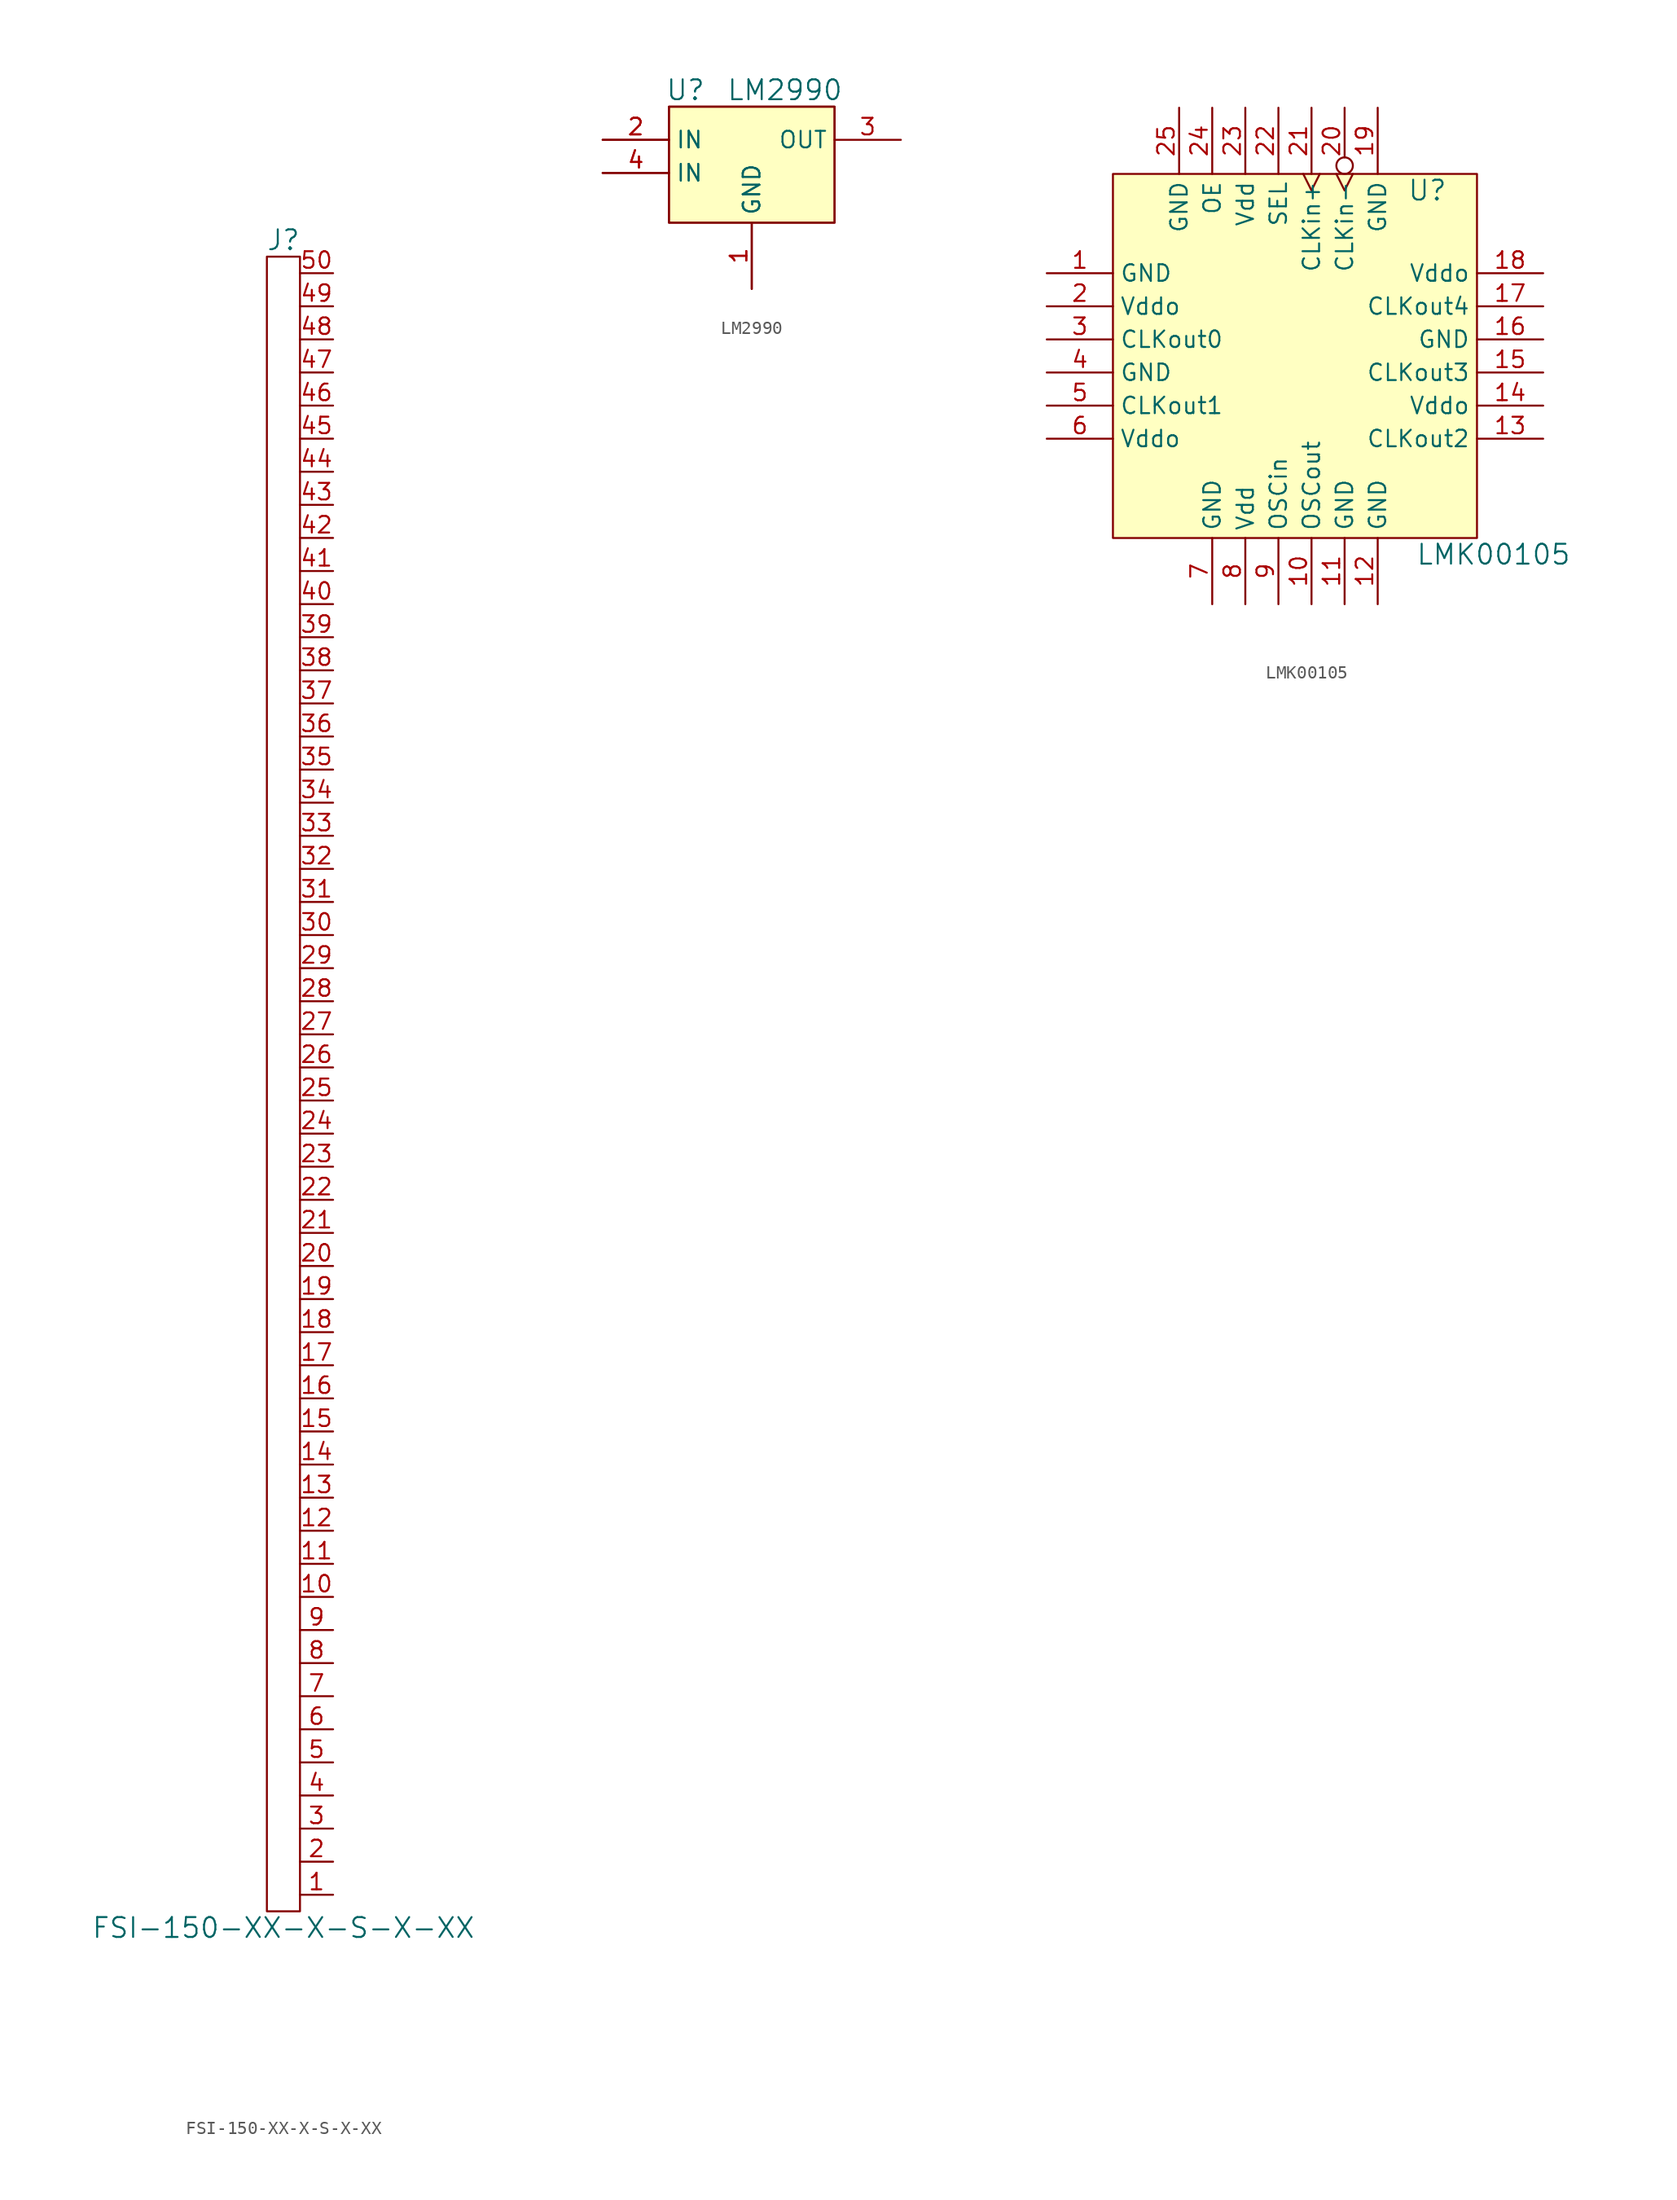
<source format=kicad_sym>
(kicad_symbol_lib
  (version 20231120)
  (generator "kicad_symbol_editor")
  (generator_version "8.0")
  (symbol "FSI-150-XX-X-S-X-XX"
    (property "Reference" "J"
      (at 0 64.77 0)
      (effects (font (size 1.524 1.524))))
    (property "Value" "FSI-150-XX-X-S-X-XX"
      (at 0 -64.77 0)
      (effects (font (size 1.524 1.524))))
    (symbol "FSI-150-XX-X-S-X-XX_0_1"
      (rectangle (start -1.27 63.5) (end 1.27 -63.5) (stroke (width 0) (type default)) (fill (type none))))
    (symbol "FSI-150-XX-X-S-X-XX_1_1"
      (pin passive line (at 3.81 -62.23 180) (length 2.54) (name "~" (effects (font (size 1.27 1.27)))) (number "1" (effects (font (size 1.27 1.27)))))
      (pin passive line (at 3.81 -39.37 180) (length 2.54) (name "~" (effects (font (size 1.27 1.27)))) (number "10" (effects (font (size 1.27 1.27)))))
      (pin passive line (at 3.81 -36.83 180) (length 2.54) (name "~" (effects (font (size 1.27 1.27)))) (number "11" (effects (font (size 1.27 1.27)))))
      (pin passive line (at 3.81 -34.29 180) (length 2.54) (name "~" (effects (font (size 1.27 1.27)))) (number "12" (effects (font (size 1.27 1.27)))))
      (pin passive line (at 3.81 -31.75 180) (length 2.54) (name "~" (effects (font (size 1.27 1.27)))) (number "13" (effects (font (size 1.27 1.27)))))
      (pin passive line (at 3.81 -29.21 180) (length 2.54) (name "~" (effects (font (size 1.27 1.27)))) (number "14" (effects (font (size 1.27 1.27)))))
      (pin passive line (at 3.81 -26.67 180) (length 2.54) (name "~" (effects (font (size 1.27 1.27)))) (number "15" (effects (font (size 1.27 1.27)))))
      (pin passive line (at 3.81 -24.13 180) (length 2.54) (name "~" (effects (font (size 1.27 1.27)))) (number "16" (effects (font (size 1.27 1.27)))))
      (pin passive line (at 3.81 -21.59 180) (length 2.54) (name "~" (effects (font (size 1.27 1.27)))) (number "17" (effects (font (size 1.27 1.27)))))
      (pin passive line (at 3.81 -19.05 180) (length 2.54) (name "~" (effects (font (size 1.27 1.27)))) (number "18" (effects (font (size 1.27 1.27)))))
      (pin passive line (at 3.81 -16.51 180) (length 2.54) (name "~" (effects (font (size 1.27 1.27)))) (number "19" (effects (font (size 1.27 1.27)))))
      (pin passive line (at 3.81 -59.69 180) (length 2.54) (name "~" (effects (font (size 1.27 1.27)))) (number "2" (effects (font (size 1.27 1.27)))))
      (pin passive line (at 3.81 -13.97 180) (length 2.54) (name "~" (effects (font (size 1.27 1.27)))) (number "20" (effects (font (size 1.27 1.27)))))
      (pin passive line (at 3.81 -11.43 180) (length 2.54) (name "~" (effects (font (size 1.27 1.27)))) (number "21" (effects (font (size 1.27 1.27)))))
      (pin passive line (at 3.81 -8.89 180) (length 2.54) (name "~" (effects (font (size 1.27 1.27)))) (number "22" (effects (font (size 1.27 1.27)))))
      (pin passive line (at 3.81 -6.35 180) (length 2.54) (name "~" (effects (font (size 1.27 1.27)))) (number "23" (effects (font (size 1.27 1.27)))))
      (pin passive line (at 3.81 -3.81 180) (length 2.54) (name "~" (effects (font (size 1.27 1.27)))) (number "24" (effects (font (size 1.27 1.27)))))
      (pin passive line (at 3.81 -1.27 180) (length 2.54) (name "~" (effects (font (size 1.27 1.27)))) (number "25" (effects (font (size 1.27 1.27)))))
      (pin passive line (at 3.81 1.27 180) (length 2.54) (name "~" (effects (font (size 1.27 1.27)))) (number "26" (effects (font (size 1.27 1.27)))))
      (pin passive line (at 3.81 3.81 180) (length 2.54) (name "~" (effects (font (size 1.27 1.27)))) (number "27" (effects (font (size 1.27 1.27)))))
      (pin passive line (at 3.81 6.35 180) (length 2.54) (name "~" (effects (font (size 1.27 1.27)))) (number "28" (effects (font (size 1.27 1.27)))))
      (pin passive line (at 3.81 8.89 180) (length 2.54) (name "~" (effects (font (size 1.27 1.27)))) (number "29" (effects (font (size 1.27 1.27)))))
      (pin passive line (at 3.81 -57.15 180) (length 2.54) (name "~" (effects (font (size 1.27 1.27)))) (number "3" (effects (font (size 1.27 1.27)))))
      (pin passive line (at 3.81 11.43 180) (length 2.54) (name "~" (effects (font (size 1.27 1.27)))) (number "30" (effects (font (size 1.27 1.27)))))
      (pin passive line (at 3.81 13.97 180) (length 2.54) (name "~" (effects (font (size 1.27 1.27)))) (number "31" (effects (font (size 1.27 1.27)))))
      (pin passive line (at 3.81 16.51 180) (length 2.54) (name "~" (effects (font (size 1.27 1.27)))) (number "32" (effects (font (size 1.27 1.27)))))
      (pin passive line (at 3.81 19.05 180) (length 2.54) (name "~" (effects (font (size 1.27 1.27)))) (number "33" (effects (font (size 1.27 1.27)))))
      (pin passive line (at 3.81 21.59 180) (length 2.54) (name "~" (effects (font (size 1.27 1.27)))) (number "34" (effects (font (size 1.27 1.27)))))
      (pin passive line (at 3.81 24.13 180) (length 2.54) (name "~" (effects (font (size 1.27 1.27)))) (number "35" (effects (font (size 1.27 1.27)))))
      (pin passive line (at 3.81 26.67 180) (length 2.54) (name "~" (effects (font (size 1.27 1.27)))) (number "36" (effects (font (size 1.27 1.27)))))
      (pin passive line (at 3.81 29.21 180) (length 2.54) (name "~" (effects (font (size 1.27 1.27)))) (number "37" (effects (font (size 1.27 1.27)))))
      (pin passive line (at 3.81 31.75 180) (length 2.54) (name "~" (effects (font (size 1.27 1.27)))) (number "38" (effects (font (size 1.27 1.27)))))
      (pin passive line (at 3.81 34.29 180) (length 2.54) (name "~" (effects (font (size 1.27 1.27)))) (number "39" (effects (font (size 1.27 1.27)))))
      (pin passive line (at 3.81 -54.61 180) (length 2.54) (name "~" (effects (font (size 1.27 1.27)))) (number "4" (effects (font (size 1.27 1.27)))))
      (pin passive line (at 3.81 36.83 180) (length 2.54) (name "~" (effects (font (size 1.27 1.27)))) (number "40" (effects (font (size 1.27 1.27)))))
      (pin passive line (at 3.81 39.37 180) (length 2.54) (name "~" (effects (font (size 1.27 1.27)))) (number "41" (effects (font (size 1.27 1.27)))))
      (pin passive line (at 3.81 41.91 180) (length 2.54) (name "~" (effects (font (size 1.27 1.27)))) (number "42" (effects (font (size 1.27 1.27)))))
      (pin passive line (at 3.81 44.45 180) (length 2.54) (name "~" (effects (font (size 1.27 1.27)))) (number "43" (effects (font (size 1.27 1.27)))))
      (pin passive line (at 3.81 46.99 180) (length 2.54) (name "~" (effects (font (size 1.27 1.27)))) (number "44" (effects (font (size 1.27 1.27)))))
      (pin passive line (at 3.81 49.53 180) (length 2.54) (name "~" (effects (font (size 1.27 1.27)))) (number "45" (effects (font (size 1.27 1.27)))))
      (pin passive line (at 3.81 52.07 180) (length 2.54) (name "~" (effects (font (size 1.27 1.27)))) (number "46" (effects (font (size 1.27 1.27)))))
      (pin passive line (at 3.81 54.61 180) (length 2.54) (name "~" (effects (font (size 1.27 1.27)))) (number "47" (effects (font (size 1.27 1.27)))))
      (pin passive line (at 3.81 57.15 180) (length 2.54) (name "~" (effects (font (size 1.27 1.27)))) (number "48" (effects (font (size 1.27 1.27)))))
      (pin passive line (at 3.81 59.69 180) (length 2.54) (name "~" (effects (font (size 1.27 1.27)))) (number "49" (effects (font (size 1.27 1.27)))))
      (pin passive line (at 3.81 -52.07 180) (length 2.54) (name "~" (effects (font (size 1.27 1.27)))) (number "5" (effects (font (size 1.27 1.27)))))
      (pin passive line (at 3.81 62.23 180) (length 2.54) (name "~" (effects (font (size 1.27 1.27)))) (number "50" (effects (font (size 1.27 1.27)))))
      (pin passive line (at 3.81 -49.53 180) (length 2.54) (name "~" (effects (font (size 1.27 1.27)))) (number "6" (effects (font (size 1.27 1.27)))))
      (pin passive line (at 3.81 -46.99 180) (length 2.54) (name "~" (effects (font (size 1.27 1.27)))) (number "7" (effects (font (size 1.27 1.27)))))
      (pin passive line (at 3.81 -44.45 180) (length 2.54) (name "~" (effects (font (size 1.27 1.27)))) (number "8" (effects (font (size 1.27 1.27)))))
      (pin passive line (at 3.81 -41.91 180) (length 2.54) (name "~" (effects (font (size 1.27 1.27)))) (number "9" (effects (font (size 1.27 1.27)))))))
  (symbol "LM2990"
    (property "Reference" "U"
      (at -5.08 6.35 0)
      (effects (font (size 1.524 1.524))))
    (property "Value" "LM2990"
      (at 2.54 6.35 0)
      (effects (font (size 1.524 1.524))))
    (property "Footprint" ""
      (at 0 0 0)
      (effects (font (size 1.524 1.524))))
    (property "Datasheet" ""
      (at 0 0 0)
      (effects (font (size 1.524 1.524))))
    (symbol "LM2990_0_1"
      (rectangle (start -6.35 5.08) (end 6.35 -3.81) (stroke (width 0) (type default)) (fill (type none)))
      (rectangle (start -6.35 5.08) (end 6.35 -3.81) (stroke (width 0) (type default)) (fill (type background))))
    (symbol "LM2990_1_1"
      (pin input line (at 0 -8.89 90) (length 5.08) (name "GND" (effects (font (size 1.27 1.27)))) (number "1" (effects (font (size 1.27 1.27)))))
      (pin input line (at 0 -8.89 90) (length 5.08) (name "GND" (effects (font (size 1.27 1.27)))) (number "1" (effects (font (size 1.27 1.27)))))
      (pin input line (at -11.43 2.54 0) (length 5.08) (name "IN" (effects (font (size 1.27 1.27)))) (number "2" (effects (font (size 1.27 1.27)))))
      (pin input line (at -11.43 2.54 0) (length 5.08) (name "IN" (effects (font (size 1.27 1.27)))) (number "2" (effects (font (size 1.27 1.27)))))
      (pin power_out line (at 11.43 2.54 180) (length 5.08) (name "OUT" (effects (font (size 1.27 1.27)))) (number "3" (effects (font (size 1.27 1.27)))))
      (pin input line (at -11.43 0 0) (length 5.08) (name "IN" (effects (font (size 1.27 1.27)))) (number "4" (effects (font (size 1.27 1.27)))))
      (pin input line (at -11.43 0 0) (length 5.08) (name "IN" (effects (font (size 1.27 1.27)))) (number "4" (effects (font (size 1.27 1.27)))))))
  (symbol "LMK00105"
    (property "Reference" "U"
      (at 10.16 12.7 0)
      (effects (font (size 1.524 1.524))))
    (property "Value" "LMK00105"
      (at 15.24 -15.24 0)
      (effects (font (size 1.524 1.524))))
    (property "Footprint" ""
      (at 0 0 0)
      (effects (font (size 1.524 1.524))))
    (property "Datasheet" ""
      (at 0 0 0)
      (effects (font (size 1.524 1.524))))
    (symbol "LMK00105_0_1"
      (rectangle (start -13.97 13.97) (end 13.97 -13.97) (stroke (width 0) (type default)) (fill (type background))))
    (symbol "LMK00105_1_1"
      (pin power_in line (at -19.05 6.35 0) (length 5.08) (name "GND" (effects (font (size 1.27 1.27)))) (number "1" (effects (font (size 1.27 1.27)))))
      (pin output line (at 1.27 -19.05 90) (length 5.08) (name "OSCout" (effects (font (size 1.27 1.27)))) (number "10" (effects (font (size 1.27 1.27)))))
      (pin power_in line (at 3.81 -19.05 90) (length 5.08) (name "GND" (effects (font (size 1.27 1.27)))) (number "11" (effects (font (size 1.27 1.27)))))
      (pin power_in line (at 6.35 -19.05 90) (length 5.08) (name "GND" (effects (font (size 1.27 1.27)))) (number "12" (effects (font (size 1.27 1.27)))))
      (pin output line (at 19.05 -6.35 180) (length 5.08) (name "CLKout2" (effects (font (size 1.27 1.27)))) (number "13" (effects (font (size 1.27 1.27)))))
      (pin power_in line (at 19.05 -3.81 180) (length 5.08) (name "Vddo" (effects (font (size 1.27 1.27)))) (number "14" (effects (font (size 1.27 1.27)))))
      (pin output line (at 19.05 -1.27 180) (length 5.08) (name "CLKout3" (effects (font (size 1.27 1.27)))) (number "15" (effects (font (size 1.27 1.27)))))
      (pin power_in line (at 19.05 1.27 180) (length 5.08) (name "GND" (effects (font (size 1.27 1.27)))) (number "16" (effects (font (size 1.27 1.27)))))
      (pin output line (at 19.05 3.81 180) (length 5.08) (name "CLKout4" (effects (font (size 1.27 1.27)))) (number "17" (effects (font (size 1.27 1.27)))))
      (pin power_in line (at 19.05 6.35 180) (length 5.08) (name "Vddo" (effects (font (size 1.27 1.27)))) (number "18" (effects (font (size 1.27 1.27)))))
      (pin power_in line (at 6.35 19.05 270) (length 5.08) (name "GND" (effects (font (size 1.27 1.27)))) (number "19" (effects (font (size 1.27 1.27)))))
      (pin power_in line (at -19.05 3.81 0) (length 5.08) (name "Vddo" (effects (font (size 1.27 1.27)))) (number "2" (effects (font (size 1.27 1.27)))))
      (pin input inverted_clock (at 3.81 19.05 270) (length 5.08) (name "CLKin-" (effects (font (size 1.27 1.27)))) (number "20" (effects (font (size 1.27 1.27)))))
      (pin input clock (at 1.27 19.05 270) (length 5.08) (name "CLKin+" (effects (font (size 1.27 1.27)))) (number "21" (effects (font (size 1.27 1.27)))))
      (pin input line (at -1.27 19.05 270) (length 5.08) (name "SEL" (effects (font (size 1.27 1.27)))) (number "22" (effects (font (size 1.27 1.27)))))
      (pin power_in line (at -3.81 19.05 270) (length 5.08) (name "Vdd" (effects (font (size 1.27 1.27)))) (number "23" (effects (font (size 1.27 1.27)))))
      (pin input line (at -6.35 19.05 270) (length 5.08) (name "OE" (effects (font (size 1.27 1.27)))) (number "24" (effects (font (size 1.27 1.27)))))
      (pin power_in line (at -8.89 19.05 270) (length 5.08) (name "GND" (effects (font (size 1.27 1.27)))) (number "25" (effects (font (size 1.27 1.27)))))
      (pin output line (at -19.05 1.27 0) (length 5.08) (name "CLKout0" (effects (font (size 1.27 1.27)))) (number "3" (effects (font (size 1.27 1.27)))))
      (pin power_in line (at -19.05 -1.27 0) (length 5.08) (name "GND" (effects (font (size 1.27 1.27)))) (number "4" (effects (font (size 1.27 1.27)))))
      (pin output line (at -19.05 -3.81 0) (length 5.08) (name "CLKout1" (effects (font (size 1.27 1.27)))) (number "5" (effects (font (size 1.27 1.27)))))
      (pin power_in line (at -19.05 -6.35 0) (length 5.08) (name "Vddo" (effects (font (size 1.27 1.27)))) (number "6" (effects (font (size 1.27 1.27)))))
      (pin power_in line (at -6.35 -19.05 90) (length 5.08) (name "GND" (effects (font (size 1.27 1.27)))) (number "7" (effects (font (size 1.27 1.27)))))
      (pin power_in line (at -3.81 -19.05 90) (length 5.08) (name "Vdd" (effects (font (size 1.27 1.27)))) (number "8" (effects (font (size 1.27 1.27)))))
      (pin input line (at -1.27 -19.05 90) (length 5.08) (name "OSCin" (effects (font (size 1.27 1.27)))) (number "9" (effects (font (size 1.27 1.27))))))))
</source>
